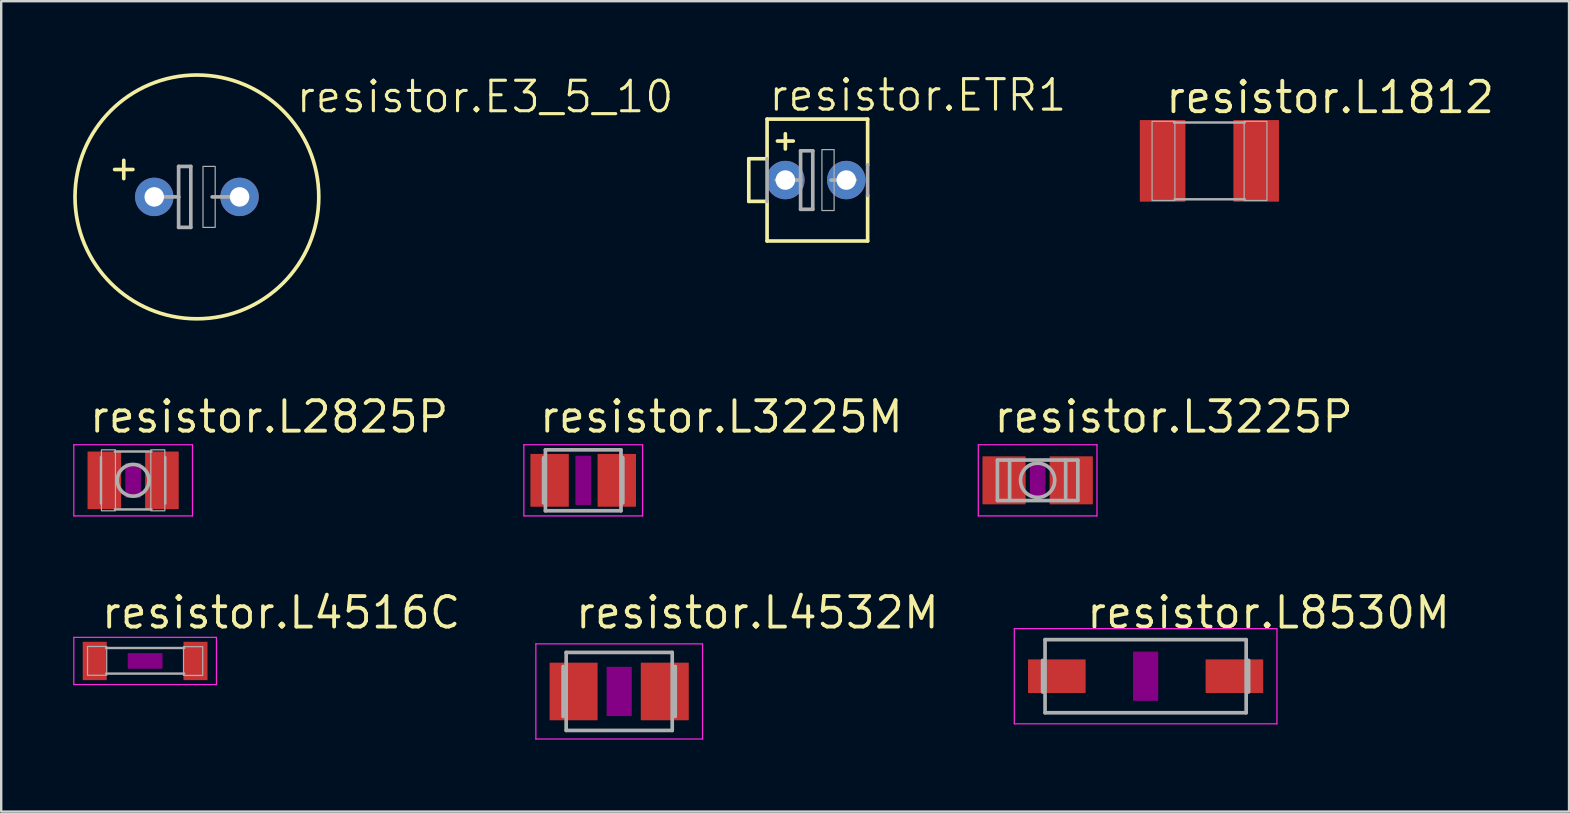
<source format=kicad_pcb>
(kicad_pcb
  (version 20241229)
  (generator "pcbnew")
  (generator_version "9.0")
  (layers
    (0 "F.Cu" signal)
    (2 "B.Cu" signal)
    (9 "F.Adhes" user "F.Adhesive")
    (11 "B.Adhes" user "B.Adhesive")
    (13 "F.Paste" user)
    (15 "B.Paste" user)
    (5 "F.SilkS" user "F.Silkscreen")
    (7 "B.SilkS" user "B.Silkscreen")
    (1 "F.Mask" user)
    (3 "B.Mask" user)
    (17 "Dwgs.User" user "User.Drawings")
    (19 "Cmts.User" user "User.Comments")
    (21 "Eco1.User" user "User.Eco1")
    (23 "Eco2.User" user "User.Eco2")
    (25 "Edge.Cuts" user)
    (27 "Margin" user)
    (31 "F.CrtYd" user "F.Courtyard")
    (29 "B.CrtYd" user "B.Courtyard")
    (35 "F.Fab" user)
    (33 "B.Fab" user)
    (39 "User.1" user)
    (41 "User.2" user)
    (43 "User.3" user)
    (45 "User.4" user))
  (footprint "resistor.L8530M"
    (layer "F.Cu")
    (at 44.694 25.131)
    (property "Reference" "resistor.L8530M" (at -2.54 -1.905 0) (layer "F.SilkS") (effects (font (size 1.27 1.27) (thickness 0.16)) (justify left bottom)))
    (attr smd)
    (fp_rect (start -0.5 1) (end 0.5 -1) (stroke (width 0.05) (type default)) (fill yes) (layer "F.Adhes"))
    (fp_line (start -5.473 -1.983) (end 5.473 -1.983) (stroke (width 0.051) (type default)) (layer "F.CrtYd"))
    (fp_line (start -5.473 1.983) (end -5.473 -1.983) (stroke (width 0.051) (type default)) (layer "F.CrtYd"))
    (fp_line (start 5.473 -1.983) (end 5.473 1.983) (stroke (width 0.051) (type default)) (layer "F.CrtYd"))
    (fp_line (start 5.473 1.983) (end -5.473 1.983) (stroke (width 0.051) (type default)) (layer "F.CrtYd"))
    (fp_line (start -4.293 0.66) (end -4.293 -0.66) (stroke (width 0.152) (type default)) (layer "F.Fab"))
    (fp_line (start -4.191 1.524) (end -4.191 -1.524) (stroke (width 0.152) (type default)) (layer "F.Fab"))
    (fp_line (start 4.191 -1.524) (end -4.191 -1.524) (stroke (width 0.152) (type default)) (layer "F.Fab"))
    (fp_line (start 4.191 1.524) (end -4.191 1.524) (stroke (width 0.152) (type default)) (layer "F.Fab"))
    (fp_line (start 4.191 1.524) (end 4.191 -1.524) (stroke (width 0.152) (type default)) (layer "F.Fab"))
    (fp_line (start 4.293 0.66) (end 4.293 -0.66) (stroke (width 0.152) (type default)) (layer "F.Fab"))
    (pad "1" smd roundrect (at -3.7 0) (size 2.4 1.4) (layers "F.Cu" "F.Mask" "F.Paste") (roundrect_rratio 0.01))
    (pad "2" smd roundrect (at 3.7 0) (size 2.4 1.4) (layers "F.Cu" "F.Mask" "F.Paste") (roundrect_rratio 0.01)))
  (footprint "resistor.L4532M"
    (layer "F.Cu")
    (at 22.755 25.766)
    (property "Reference" "resistor.L4532M" (at -1.905 -2.54 0) (layer "F.SilkS") (effects (font (size 1.27 1.27) (thickness 0.16)) (justify left bottom)))
    (attr smd)
    (fp_rect (start -0.5 1) (end 0.5 -1) (stroke (width 0.05) (type default)) (fill yes) (layer "F.Adhes"))
    (fp_line (start -3.473 -1.983) (end 3.473 -1.983) (stroke (width 0.051) (type default)) (layer "F.CrtYd"))
    (fp_line (start -3.473 1.983) (end -3.473 -1.983) (stroke (width 0.051) (type default)) (layer "F.CrtYd"))
    (fp_line (start 3.473 -1.983) (end 3.473 1.983) (stroke (width 0.051) (type default)) (layer "F.CrtYd"))
    (fp_line (start 3.473 1.983) (end -3.473 1.983) (stroke (width 0.051) (type default)) (layer "F.CrtYd"))
    (fp_line (start -2.337 -1.041) (end -2.337 1.041) (stroke (width 0.152) (type default)) (layer "F.Fab"))
    (fp_line (start -2.21 -1.626) (end -2.21 1.626) (stroke (width 0.152) (type default)) (layer "F.Fab"))
    (fp_line (start -2.21 1.626) (end 2.21 1.626) (stroke (width 0.152) (type default)) (layer "F.Fab"))
    (fp_line (start 2.21 -1.626) (end -2.21 -1.626) (stroke (width 0.152) (type default)) (layer "F.Fab"))
    (fp_line (start 2.21 -1.626) (end 2.21 1.626) (stroke (width 0.152) (type default)) (layer "F.Fab"))
    (fp_line (start 2.337 -1.041) (end 2.337 1.041) (stroke (width 0.152) (type default)) (layer "F.Fab"))
    (pad "1" smd roundrect (at -1.9 0) (size 2 2.4) (layers "F.Cu" "F.Mask" "F.Paste") (roundrect_rratio 0.01))
    (pad "2" smd roundrect (at 1.9 0) (size 2 2.4) (layers "F.Cu" "F.Mask" "F.Paste") (roundrect_rratio 0.01)))
  (footprint "resistor.L1812"
    (layer "F.Cu")
    (at 47.352 3.655)
    (property "Reference" "resistor.L1812" (at -1.905 -1.905 0) (layer "F.SilkS") (effects (font (size 1.27 1.27) (thickness 0.16)) (justify left bottom)))
    (attr smd)
    (fp_line (start -1.473 -1.6) (end 1.473 -1.6) (stroke (width 0.102) (type default)) (layer "F.Fab"))
    (fp_line (start -1.448 1.6) (end 1.473 1.6) (stroke (width 0.102) (type default)) (layer "F.Fab"))
    (fp_rect (start -2.388 1.651) (end -1.438 -1.649) (stroke (width 0.05) (type default)) (fill no) (layer "F.Fab"))
    (fp_rect (start 1.448 1.651) (end 2.398 -1.649) (stroke (width 0.05) (type default)) (fill no) (layer "F.Fab"))
    (pad "1" smd roundrect (at -1.95 0) (size 1.9 3.4) (layers "F.Cu" "F.Mask" "F.Paste") (roundrect_rratio 0.01))
    (pad "2" smd roundrect (at 1.95 0) (size 1.9 3.4) (layers "F.Cu" "F.Mask" "F.Paste") (roundrect_rratio 0.01)))
  (footprint "resistor.ETR1"
    (layer "F.Cu")
    (at 30.95 4.454)
    (property "Reference" "resistor.ETR1" (at -2.032 -2.794 0) (layer "F.SilkS") (effects (font (size 1.27 1.27) (thickness 0.13)) (justify left bottom)))
    (attr through_hole)
    (fp_line (start -2.794 -0.889) (end -2.794 0.889) (stroke (width 0.152) (type default)) (layer "F.SilkS"))
    (fp_line (start -2.794 0.889) (end -2.032 0.889) (stroke (width 0.152) (type default)) (layer "F.SilkS"))
    (fp_line (start -2.032 -0.889) (end -2.794 -0.889) (stroke (width 0.152) (type default)) (layer "F.SilkS"))
    (fp_line (start -2.032 -0.889) (end -2.032 -2.54) (stroke (width 0.152) (type default)) (layer "F.SilkS"))
    (fp_line (start -2.032 2.54) (end -2.032 0.889) (stroke (width 0.152) (type default)) (layer "F.SilkS"))
    (fp_line (start -2.032 2.54) (end 2.159 2.54) (stroke (width 0.152) (type default)) (layer "F.SilkS"))
    (fp_line (start -1.27 -1.93) (end -1.27 -1.295) (stroke (width 0.152) (type default)) (layer "F.SilkS"))
    (fp_line (start -0.94 -1.626) (end -1.6 -1.626) (stroke (width 0.152) (type default)) (layer "F.SilkS"))
    (fp_line (start 2.159 -2.54) (end -2.032 -2.54) (stroke (width 0.152) (type default)) (layer "F.SilkS"))
    (fp_line (start 2.159 -2.54) (end 2.159 -0.635) (stroke (width 0.152) (type default)) (layer "F.SilkS"))
    (fp_line (start 2.159 0.635) (end 2.159 2.54) (stroke (width 0.152) (type default)) (layer "F.SilkS"))
    (fp_line (start -2.032 0.889) (end -2.032 -0.889) (stroke (width 0.152) (type default)) (layer "F.Fab"))
    (fp_line (start -1.651 0) (end -0.635 0) (stroke (width 0.152) (type default)) (layer "F.Fab"))
    (fp_line (start -0.635 -1.219) (end -0.635 0) (stroke (width 0.152) (type default)) (layer "F.Fab"))
    (fp_line (start -0.635 0) (end -0.635 1.219) (stroke (width 0.152) (type default)) (layer "F.Fab"))
    (fp_line (start -0.635 1.219) (end -0.127 1.219) (stroke (width 0.152) (type default)) (layer "F.Fab"))
    (fp_line (start -0.127 -1.219) (end -0.635 -1.219) (stroke (width 0.152) (type default)) (layer "F.Fab"))
    (fp_line (start -0.127 1.219) (end -0.127 -1.219) (stroke (width 0.152) (type default)) (layer "F.Fab"))
    (fp_line (start 0.635 0) (end 1.651 0) (stroke (width 0.152) (type default)) (layer "F.Fab"))
    (fp_line (start 2.159 -0.635) (end 2.159 0.635) (stroke (width 0.152) (type default)) (layer "F.Fab"))
    (fp_rect (start 0.254 1.27) (end 0.762 -1.27) (stroke (width 0.05) (type default)) (fill no) (layer "F.Fab"))
    (pad "+" thru_hole circle (at -1.27 0) (size 1.6 1.6) (drill 0.813) (layers "*.Cu" "*.Mask"))
    (pad "-" thru_hole circle (at 1.27 0) (size 1.6 1.6) (drill 0.813) (layers "*.Cu" "*.Mask")))
  (footprint "resistor.L3225M"
    (layer "F.Cu")
    (at 21.255 16.967)
    (property "Reference" "resistor.L3225M" (at -1.905 -1.905 0) (layer "F.SilkS") (effects (font (size 1.27 1.27) (thickness 0.16)) (justify left bottom)))
    (attr smd)
    (fp_rect (start -0.3 1) (end 0.3 -1) (stroke (width 0.05) (type default)) (fill yes) (layer "F.Adhes"))
    (fp_line (start -2.473 -1.483) (end 2.473 -1.483) (stroke (width 0.051) (type default)) (layer "F.CrtYd"))
    (fp_line (start -2.473 1.483) (end -2.473 -1.483) (stroke (width 0.051) (type default)) (layer "F.CrtYd"))
    (fp_line (start 2.473 -1.483) (end 2.473 1.483) (stroke (width 0.051) (type default)) (layer "F.CrtYd"))
    (fp_line (start 2.473 1.483) (end -2.473 1.483) (stroke (width 0.051) (type default)) (layer "F.CrtYd"))
    (fp_line (start -1.651 -0.94) (end -1.651 0.94) (stroke (width 0.152) (type default)) (layer "F.Fab"))
    (fp_line (start -1.575 -1.27) (end 1.575 -1.27) (stroke (width 0.152) (type default)) (layer "F.Fab"))
    (fp_line (start -1.575 1.27) (end -1.575 -1.27) (stroke (width 0.152) (type default)) (layer "F.Fab"))
    (fp_line (start 1.575 -1.27) (end 1.575 1.27) (stroke (width 0.152) (type default)) (layer "F.Fab"))
    (fp_line (start 1.575 1.27) (end -1.575 1.27) (stroke (width 0.152) (type default)) (layer "F.Fab"))
    (fp_line (start 1.651 -0.94) (end 1.651 0.94) (stroke (width 0.152) (type default)) (layer "F.Fab"))
    (pad "1" smd roundrect (at -1.4 0) (size 1.6 2.2) (layers "F.Cu" "F.Mask" "F.Paste") (roundrect_rratio 0.01))
    (pad "2" smd roundrect (at 1.4 0) (size 1.6 2.2) (layers "F.Cu" "F.Mask" "F.Paste") (roundrect_rratio 0.01)))
  (footprint "resistor.E3_5_10"
    (layer "F.Cu")
    (at 5.156 5.156)
    (property "Reference" "resistor.E3_5_10" (at 4.064 -3.429 0) (layer "F.SilkS") (effects (font (size 1.27 1.27) (thickness 0.13)) (justify left bottom)))
    (attr through_hole)
    (fp_line (start -3.429 -1.143) (end -2.667 -1.143) (stroke (width 0.152) (type default)) (layer "F.SilkS"))
    (fp_line (start -3.048 -0.762) (end -3.048 -1.524) (stroke (width 0.152) (type default)) (layer "F.SilkS"))
    (fp_circle (center 0 0) (end 5.08 0) (stroke (width 0.152) (type default)) (fill no) (layer "F.SilkS"))
    (fp_line (start -1.651 0) (end -0.762 0) (stroke (width 0.152) (type default)) (layer "F.Fab"))
    (fp_line (start -0.762 -1.27) (end -0.762 0) (stroke (width 0.152) (type default)) (layer "F.Fab"))
    (fp_line (start -0.762 0) (end -0.762 1.27) (stroke (width 0.152) (type default)) (layer "F.Fab"))
    (fp_line (start -0.762 1.27) (end -0.254 1.27) (stroke (width 0.152) (type default)) (layer "F.Fab"))
    (fp_line (start -0.254 -1.27) (end -0.762 -1.27) (stroke (width 0.152) (type default)) (layer "F.Fab"))
    (fp_line (start -0.254 1.27) (end -0.254 -1.27) (stroke (width 0.152) (type default)) (layer "F.Fab"))
    (fp_line (start 0.635 0) (end 1.651 0) (stroke (width 0.152) (type default)) (layer "F.Fab"))
    (fp_rect (start 0.254 1.27) (end 0.762 -1.27) (stroke (width 0.05) (type default)) (fill no) (layer "F.Fab"))
    (pad "+" thru_hole circle (at -1.778 0) (size 1.6 1.6) (drill 0.813) (layers "*.Cu" "*.Mask"))
    (pad "-" thru_hole circle (at 1.778 0) (size 1.6 1.6) (drill 0.813) (layers "*.Cu" "*.Mask")))
  (footprint "resistor.L4516C"
    (layer "F.Cu")
    (at 2.998 24.496)
    (property "Reference" "resistor.L4516C" (at -1.905 -1.27 0) (layer "F.SilkS") (effects (font (size 1.27 1.27) (thickness 0.16)) (justify left bottom)))
    (attr smd)
    (fp_rect (start -0.7 0.3) (end 0.7 -0.3) (stroke (width 0.05) (type default)) (fill yes) (layer "F.Adhes"))
    (fp_line (start -2.973 -0.983) (end 2.973 -0.983) (stroke (width 0.051) (type default)) (layer "F.CrtYd"))
    (fp_line (start -2.973 0.983) (end -2.973 -0.983) (stroke (width 0.051) (type default)) (layer "F.CrtYd"))
    (fp_line (start 2.973 -0.983) (end 2.973 0.983) (stroke (width 0.051) (type default)) (layer "F.CrtYd"))
    (fp_line (start 2.973 0.983) (end -2.973 0.983) (stroke (width 0.051) (type default)) (layer "F.CrtYd"))
    (fp_line (start -1.626 -0.54) (end 1.626 -0.54) (stroke (width 0.102) (type default)) (layer "F.Fab"))
    (fp_line (start -1.626 0.527) (end 1.626 0.527) (stroke (width 0.102) (type default)) (layer "F.Fab"))
    (fp_rect (start -2.4 0.597) (end -1.6 -0.603) (stroke (width 0.05) (type default)) (fill no) (layer "F.Fab"))
    (fp_rect (start 1.6 0.603) (end 2.4 -0.597) (stroke (width 0.05) (type default)) (fill no) (layer "F.Fab"))
    (pad "1" smd roundrect (at -2.1 0) (size 1 1.6) (layers "F.Cu" "F.Mask" "F.Paste") (roundrect_rratio 0.01))
    (pad "2" smd roundrect (at 2.1 0) (size 1 1.6) (layers "F.Cu" "F.Mask" "F.Paste") (roundrect_rratio 0.01)))
  (footprint "resistor.L2825P"
    (layer "F.Cu")
    (at 2.498 16.967)
    (property "Reference" "resistor.L2825P" (at -1.905 -1.905 0) (layer "F.SilkS") (effects (font (size 1.27 1.27) (thickness 0.16)) (justify left bottom)))
    (attr smd)
    (fp_rect (start -0.3 0.7) (end 0.3 -0.7) (stroke (width 0.05) (type default)) (fill yes) (layer "F.Adhes"))
    (fp_line (start -2.473 -1.483) (end 2.473 -1.483) (stroke (width 0.051) (type default)) (layer "F.CrtYd"))
    (fp_line (start -2.473 1.483) (end -2.473 -1.483) (stroke (width 0.051) (type default)) (layer "F.CrtYd"))
    (fp_line (start 2.473 -1.483) (end 2.473 1.483) (stroke (width 0.051) (type default)) (layer "F.CrtYd"))
    (fp_line (start 2.473 1.483) (end -2.473 1.483) (stroke (width 0.051) (type default)) (layer "F.CrtYd"))
    (fp_line (start -1.34 -0.965) (end -1.34 0.965) (stroke (width 0.102) (type default)) (layer "F.Fab"))
    (fp_line (start -0.762 -1.2) (end 0.762 -1.2) (stroke (width 0.102) (type default)) (layer "F.Fab"))
    (fp_line (start -0.762 1.213) (end 0.762 1.213) (stroke (width 0.102) (type default)) (layer "F.Fab"))
    (fp_line (start 1.34 0.965) (end 1.34 -0.965) (stroke (width 0.102) (type default)) (layer "F.Fab"))
    (fp_rect (start -1.321 1.27) (end -0.737 -1.27) (stroke (width 0.05) (type default)) (fill no) (layer "F.Fab"))
    (fp_rect (start 0.737 1.27) (end 1.321 -1.27) (stroke (width 0.05) (type default)) (fill no) (layer "F.Fab"))
    (fp_circle (center 0 0) (end 0.66 0) (stroke (width 0.152) (type default)) (fill no) (layer "F.Fab"))
    (pad "1" smd roundrect (at -1.2 0) (size 1.4 2.4) (layers "F.Cu" "F.Mask" "F.Paste") (roundrect_rratio 0.01))
    (pad "2" smd roundrect (at 1.2 0) (size 1.4 2.4) (layers "F.Cu" "F.Mask" "F.Paste") (roundrect_rratio 0.01)))
  (footprint "resistor.L3225P"
    (layer "F.Cu")
    (at 40.194 16.967)
    (property "Reference" "resistor.L3225P" (at -1.905 -1.905 0) (layer "F.SilkS") (effects (font (size 1.27 1.27) (thickness 0.16)) (justify left bottom)))
    (attr smd)
    (fp_rect (start -0.3 0.7) (end 0.3 -0.7) (stroke (width 0.05) (type default)) (fill yes) (layer "F.Adhes"))
    (fp_line (start -2.473 -1.483) (end 2.473 -1.483) (stroke (width 0.051) (type default)) (layer "F.CrtYd"))
    (fp_line (start -2.473 1.483) (end -2.473 -1.483) (stroke (width 0.051) (type default)) (layer "F.CrtYd"))
    (fp_line (start 2.473 -1.483) (end 2.473 1.483) (stroke (width 0.051) (type default)) (layer "F.CrtYd"))
    (fp_line (start 2.473 1.483) (end -2.473 1.483) (stroke (width 0.051) (type default)) (layer "F.CrtYd"))
    (fp_line (start -1.676 -0.845) (end 1.676 -0.845) (stroke (width 0.152) (type default)) (layer "F.Fab"))
    (fp_line (start -1.676 -0.838) (end -1.676 0.838) (stroke (width 0.152) (type default)) (layer "F.Fab"))
    (fp_line (start -1.168 -0.838) (end -1.168 0.838) (stroke (width 0.152) (type default)) (layer "F.Fab"))
    (fp_line (start 1.168 -0.838) (end 1.168 0.838) (stroke (width 0.152) (type default)) (layer "F.Fab"))
    (fp_line (start 1.676 -0.838) (end 1.676 0.838) (stroke (width 0.152) (type default)) (layer "F.Fab"))
    (fp_line (start 1.676 0.845) (end -1.676 0.845) (stroke (width 0.152) (type default)) (layer "F.Fab"))
    (fp_circle (center 0 0) (end 0.712 0) (stroke (width 0.152) (type default)) (fill no) (layer "F.Fab"))
    (pad "1" smd roundrect (at -1.4 0) (size 1.8 2) (layers "F.Cu" "F.Mask" "F.Paste") (roundrect_rratio 0.01))
    (pad "2" smd roundrect (at 1.4 0) (size 1.8 2) (layers "F.Cu" "F.Mask" "F.Paste") (roundrect_rratio 0.01)))
  (gr_rect
    (start -3 -3)
    (end 62.34 30.774)
    (stroke (width 0.1) (type default))
    (fill no)
    (layer "Edge.Cuts")))
</source>
